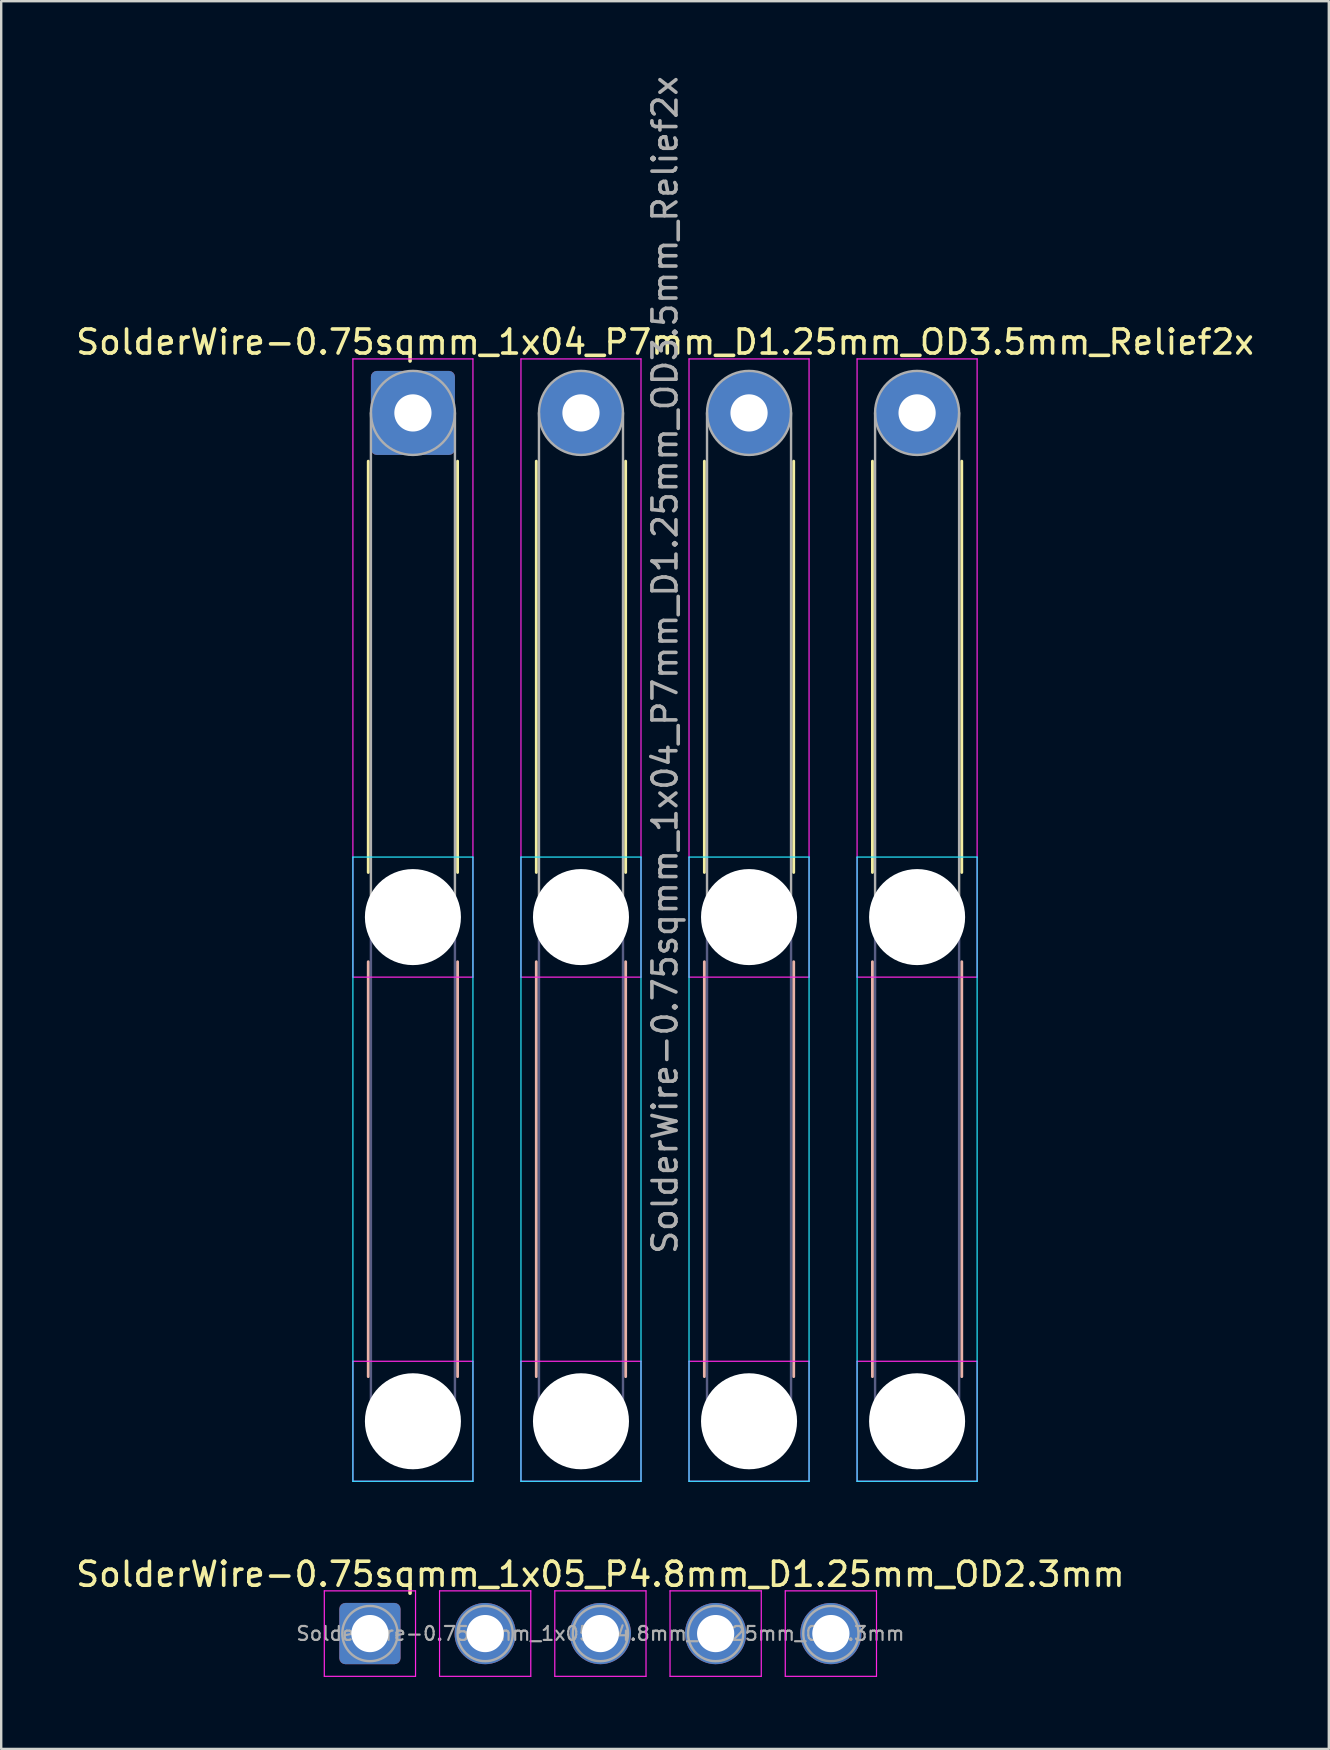
<source format=kicad_pcb>
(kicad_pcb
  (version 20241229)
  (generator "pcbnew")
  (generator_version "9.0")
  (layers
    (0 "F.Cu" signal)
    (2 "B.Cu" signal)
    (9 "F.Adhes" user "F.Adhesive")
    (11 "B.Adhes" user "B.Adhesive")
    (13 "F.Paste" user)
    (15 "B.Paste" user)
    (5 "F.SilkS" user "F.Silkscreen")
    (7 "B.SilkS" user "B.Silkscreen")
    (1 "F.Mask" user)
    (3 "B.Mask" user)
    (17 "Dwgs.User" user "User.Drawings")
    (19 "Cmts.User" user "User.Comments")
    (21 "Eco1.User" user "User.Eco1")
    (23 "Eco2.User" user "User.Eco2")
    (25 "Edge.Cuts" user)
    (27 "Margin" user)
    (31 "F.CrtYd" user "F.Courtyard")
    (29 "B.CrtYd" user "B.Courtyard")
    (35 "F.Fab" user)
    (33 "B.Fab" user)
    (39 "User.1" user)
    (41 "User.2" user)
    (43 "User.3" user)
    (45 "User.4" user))
  (footprint "SolderWire-0.75sqmm_1x05_P4.8mm_D1.25mm_OD2.3mm"
    (layer "F.Cu")
    (at 12.358 64.992)
    (property "Reference" "SolderWire-0.75sqmm_1x05_P4.8mm_D1.25mm_OD2.3mm" (at 9.6 -2.47 0) (layer "F.SilkS") (effects (font (size 1 1) (thickness 0.15))))
    (attr exclude_from_pos_files exclude_from_bom)
    (fp_line (start -1.9 -1.78) (end -1.9 1.78) (stroke (width 0.05) (type solid)) (layer "F.CrtYd"))
    (fp_line (start -1.9 1.78) (end 1.9 1.78) (stroke (width 0.05) (type solid)) (layer "F.CrtYd"))
    (fp_line (start 1.9 -1.78) (end -1.9 -1.78) (stroke (width 0.05) (type solid)) (layer "F.CrtYd"))
    (fp_line (start 1.9 1.78) (end 1.9 -1.78) (stroke (width 0.05) (type solid)) (layer "F.CrtYd"))
    (fp_line (start 2.9 -1.78) (end 2.9 1.78) (stroke (width 0.05) (type solid)) (layer "F.CrtYd"))
    (fp_line (start 2.9 1.78) (end 6.7 1.78) (stroke (width 0.05) (type solid)) (layer "F.CrtYd"))
    (fp_line (start 6.7 -1.78) (end 2.9 -1.78) (stroke (width 0.05) (type solid)) (layer "F.CrtYd"))
    (fp_line (start 6.7 1.78) (end 6.7 -1.78) (stroke (width 0.05) (type solid)) (layer "F.CrtYd"))
    (fp_line (start 7.7 -1.78) (end 7.7 1.78) (stroke (width 0.05) (type solid)) (layer "F.CrtYd"))
    (fp_line (start 7.7 1.78) (end 11.5 1.78) (stroke (width 0.05) (type solid)) (layer "F.CrtYd"))
    (fp_line (start 11.5 -1.78) (end 7.7 -1.78) (stroke (width 0.05) (type solid)) (layer "F.CrtYd"))
    (fp_line (start 11.5 1.78) (end 11.5 -1.78) (stroke (width 0.05) (type solid)) (layer "F.CrtYd"))
    (fp_line (start 12.5 -1.78) (end 12.5 1.78) (stroke (width 0.05) (type solid)) (layer "F.CrtYd"))
    (fp_line (start 12.5 1.78) (end 16.3 1.78) (stroke (width 0.05) (type solid)) (layer "F.CrtYd"))
    (fp_line (start 16.3 -1.78) (end 12.5 -1.78) (stroke (width 0.05) (type solid)) (layer "F.CrtYd"))
    (fp_line (start 16.3 1.78) (end 16.3 -1.78) (stroke (width 0.05) (type solid)) (layer "F.CrtYd"))
    (fp_line (start 17.3 -1.78) (end 17.3 1.78) (stroke (width 0.05) (type solid)) (layer "F.CrtYd"))
    (fp_line (start 17.3 1.78) (end 21.1 1.78) (stroke (width 0.05) (type solid)) (layer "F.CrtYd"))
    (fp_line (start 21.1 -1.78) (end 17.3 -1.78) (stroke (width 0.05) (type solid)) (layer "F.CrtYd"))
    (fp_line (start 21.1 1.78) (end 21.1 -1.78) (stroke (width 0.05) (type solid)) (layer "F.CrtYd"))
    (fp_circle (center 0 0) (end 1.15 0) (stroke (width 0.1) (type solid)) (fill no) (layer "F.Fab"))
    (fp_circle (center 4.8 0) (end 5.95 0) (stroke (width 0.1) (type solid)) (fill no) (layer "F.Fab"))
    (fp_circle (center 9.6 0) (end 10.75 0) (stroke (width 0.1) (type solid)) (fill no) (layer "F.Fab"))
    (fp_circle (center 14.4 0) (end 15.55 0) (stroke (width 0.1) (type solid)) (fill no) (layer "F.Fab"))
    (fp_circle (center 19.2 0) (end 20.35 0) (stroke (width 0.1) (type solid)) (fill no) (layer "F.Fab"))
    (fp_text user "${REFERENCE}" (at 9.6 0 0) (layer "F.Fab") (effects (font (size 0.58 0.58) (thickness 0.09))))
    (pad "1" thru_hole roundrect (at 0 0) (size 2.55 2.55) (drill 1.55) (layers "*.Cu" "*.Mask") (roundrect_rratio 0.098))
    (pad "2" thru_hole circle (at 4.8 0) (size 2.55 2.55) (drill 1.55) (layers "*.Cu" "*.Mask"))
    (pad "3" thru_hole circle (at 9.6 0) (size 2.55 2.55) (drill 1.55) (layers "*.Cu" "*.Mask"))
    (pad "4" thru_hole circle (at 14.4 0) (size 2.55 2.55) (drill 1.55) (layers "*.Cu" "*.Mask"))
    (pad "5" thru_hole circle (at 19.2 0) (size 2.55 2.55) (drill 1.55) (layers "*.Cu" "*.Mask")))
  (footprint "SolderWire-0.75sqmm_1x04_P7mm_D1.25mm_OD3.5mm_Relief2x"
    (layer "F.Cu")
    (at 14.149 14.149)
    (property "Reference" "SolderWire-0.75sqmm_1x04_P7mm_D1.25mm_OD3.5mm_Relief2x" (at 10.5 -2.95 0) (layer "F.SilkS") (effects (font (size 1 1) (thickness 0.15))))
    (attr exclude_from_pos_files exclude_from_bom)
    (fp_line (start -1.86 2.01) (end -1.86 19.14) (stroke (width 0.12) (type solid)) (layer "F.SilkS"))
    (fp_line (start 1.86 2.01) (end 1.86 19.14) (stroke (width 0.12) (type solid)) (layer "F.SilkS"))
    (fp_line (start 5.14 2.01) (end 5.14 19.14) (stroke (width 0.12) (type solid)) (layer "F.SilkS"))
    (fp_line (start 8.86 2.01) (end 8.86 19.14) (stroke (width 0.12) (type solid)) (layer "F.SilkS"))
    (fp_line (start 12.14 2.01) (end 12.14 19.14) (stroke (width 0.12) (type solid)) (layer "F.SilkS"))
    (fp_line (start 15.86 2.01) (end 15.86 19.14) (stroke (width 0.12) (type solid)) (layer "F.SilkS"))
    (fp_line (start 19.14 2.01) (end 19.14 19.14) (stroke (width 0.12) (type solid)) (layer "F.SilkS"))
    (fp_line (start 22.86 2.01) (end 22.86 19.14) (stroke (width 0.12) (type solid)) (layer "F.SilkS"))
    (fp_line (start -1.86 22.86) (end -1.86 40.14) (stroke (width 0.12) (type solid)) (layer "B.SilkS"))
    (fp_line (start 1.86 22.86) (end 1.86 40.14) (stroke (width 0.12) (type solid)) (layer "B.SilkS"))
    (fp_line (start 5.14 22.86) (end 5.14 40.14) (stroke (width 0.12) (type solid)) (layer "B.SilkS"))
    (fp_line (start 8.86 22.86) (end 8.86 40.14) (stroke (width 0.12) (type solid)) (layer "B.SilkS"))
    (fp_line (start 12.14 22.86) (end 12.14 40.14) (stroke (width 0.12) (type solid)) (layer "B.SilkS"))
    (fp_line (start 15.86 22.86) (end 15.86 40.14) (stroke (width 0.12) (type solid)) (layer "B.SilkS"))
    (fp_line (start 19.14 22.86) (end 19.14 40.14) (stroke (width 0.12) (type solid)) (layer "B.SilkS"))
    (fp_line (start 22.86 22.86) (end 22.86 40.14) (stroke (width 0.12) (type solid)) (layer "B.SilkS"))
    (fp_line (start -2.5 18.5) (end -2.5 44.5) (stroke (width 0.05) (type solid)) (layer "B.CrtYd"))
    (fp_line (start -2.5 44.5) (end 2.5 44.5) (stroke (width 0.05) (type solid)) (layer "B.CrtYd"))
    (fp_line (start 2.5 18.5) (end -2.5 18.5) (stroke (width 0.05) (type solid)) (layer "B.CrtYd"))
    (fp_line (start 2.5 44.5) (end 2.5 18.5) (stroke (width 0.05) (type solid)) (layer "B.CrtYd"))
    (fp_line (start 4.5 18.5) (end 4.5 44.5) (stroke (width 0.05) (type solid)) (layer "B.CrtYd"))
    (fp_line (start 4.5 44.5) (end 9.5 44.5) (stroke (width 0.05) (type solid)) (layer "B.CrtYd"))
    (fp_line (start 9.5 18.5) (end 4.5 18.5) (stroke (width 0.05) (type solid)) (layer "B.CrtYd"))
    (fp_line (start 9.5 44.5) (end 9.5 18.5) (stroke (width 0.05) (type solid)) (layer "B.CrtYd"))
    (fp_line (start 11.5 18.5) (end 11.5 44.5) (stroke (width 0.05) (type solid)) (layer "B.CrtYd"))
    (fp_line (start 11.5 44.5) (end 16.5 44.5) (stroke (width 0.05) (type solid)) (layer "B.CrtYd"))
    (fp_line (start 16.5 18.5) (end 11.5 18.5) (stroke (width 0.05) (type solid)) (layer "B.CrtYd"))
    (fp_line (start 16.5 44.5) (end 16.5 18.5) (stroke (width 0.05) (type solid)) (layer "B.CrtYd"))
    (fp_line (start 18.5 18.5) (end 18.5 44.5) (stroke (width 0.05) (type solid)) (layer "B.CrtYd"))
    (fp_line (start 18.5 44.5) (end 23.5 44.5) (stroke (width 0.05) (type solid)) (layer "B.CrtYd"))
    (fp_line (start 23.5 18.5) (end 18.5 18.5) (stroke (width 0.05) (type solid)) (layer "B.CrtYd"))
    (fp_line (start 23.5 44.5) (end 23.5 18.5) (stroke (width 0.05) (type solid)) (layer "B.CrtYd"))
    (fp_line (start -2.5 -2.25) (end -2.5 23.5) (stroke (width 0.05) (type solid)) (layer "F.CrtYd"))
    (fp_line (start -2.5 23.5) (end 2.5 23.5) (stroke (width 0.05) (type solid)) (layer "F.CrtYd"))
    (fp_line (start -2.5 39.5) (end -2.5 44.5) (stroke (width 0.05) (type solid)) (layer "F.CrtYd"))
    (fp_line (start -2.5 44.5) (end 2.5 44.5) (stroke (width 0.05) (type solid)) (layer "F.CrtYd"))
    (fp_line (start 2.5 -2.25) (end -2.5 -2.25) (stroke (width 0.05) (type solid)) (layer "F.CrtYd"))
    (fp_line (start 2.5 23.5) (end 2.5 -2.25) (stroke (width 0.05) (type solid)) (layer "F.CrtYd"))
    (fp_line (start 2.5 39.5) (end -2.5 39.5) (stroke (width 0.05) (type solid)) (layer "F.CrtYd"))
    (fp_line (start 2.5 44.5) (end 2.5 39.5) (stroke (width 0.05) (type solid)) (layer "F.CrtYd"))
    (fp_line (start 4.5 -2.25) (end 4.5 23.5) (stroke (width 0.05) (type solid)) (layer "F.CrtYd"))
    (fp_line (start 4.5 23.5) (end 9.5 23.5) (stroke (width 0.05) (type solid)) (layer "F.CrtYd"))
    (fp_line (start 4.5 39.5) (end 4.5 44.5) (stroke (width 0.05) (type solid)) (layer "F.CrtYd"))
    (fp_line (start 4.5 44.5) (end 9.5 44.5) (stroke (width 0.05) (type solid)) (layer "F.CrtYd"))
    (fp_line (start 9.5 -2.25) (end 4.5 -2.25) (stroke (width 0.05) (type solid)) (layer "F.CrtYd"))
    (fp_line (start 9.5 23.5) (end 9.5 -2.25) (stroke (width 0.05) (type solid)) (layer "F.CrtYd"))
    (fp_line (start 9.5 39.5) (end 4.5 39.5) (stroke (width 0.05) (type solid)) (layer "F.CrtYd"))
    (fp_line (start 9.5 44.5) (end 9.5 39.5) (stroke (width 0.05) (type solid)) (layer "F.CrtYd"))
    (fp_line (start 11.5 -2.25) (end 11.5 23.5) (stroke (width 0.05) (type solid)) (layer "F.CrtYd"))
    (fp_line (start 11.5 23.5) (end 16.5 23.5) (stroke (width 0.05) (type solid)) (layer "F.CrtYd"))
    (fp_line (start 11.5 39.5) (end 11.5 44.5) (stroke (width 0.05) (type solid)) (layer "F.CrtYd"))
    (fp_line (start 11.5 44.5) (end 16.5 44.5) (stroke (width 0.05) (type solid)) (layer "F.CrtYd"))
    (fp_line (start 16.5 -2.25) (end 11.5 -2.25) (stroke (width 0.05) (type solid)) (layer "F.CrtYd"))
    (fp_line (start 16.5 23.5) (end 16.5 -2.25) (stroke (width 0.05) (type solid)) (layer "F.CrtYd"))
    (fp_line (start 16.5 39.5) (end 11.5 39.5) (stroke (width 0.05) (type solid)) (layer "F.CrtYd"))
    (fp_line (start 16.5 44.5) (end 16.5 39.5) (stroke (width 0.05) (type solid)) (layer "F.CrtYd"))
    (fp_line (start 18.5 -2.25) (end 18.5 23.5) (stroke (width 0.05) (type solid)) (layer "F.CrtYd"))
    (fp_line (start 18.5 23.5) (end 23.5 23.5) (stroke (width 0.05) (type solid)) (layer "F.CrtYd"))
    (fp_line (start 18.5 39.5) (end 18.5 44.5) (stroke (width 0.05) (type solid)) (layer "F.CrtYd"))
    (fp_line (start 18.5 44.5) (end 23.5 44.5) (stroke (width 0.05) (type solid)) (layer "F.CrtYd"))
    (fp_line (start 23.5 -2.25) (end 18.5 -2.25) (stroke (width 0.05) (type solid)) (layer "F.CrtYd"))
    (fp_line (start 23.5 23.5) (end 23.5 -2.25) (stroke (width 0.05) (type solid)) (layer "F.CrtYd"))
    (fp_line (start 23.5 39.5) (end 18.5 39.5) (stroke (width 0.05) (type solid)) (layer "F.CrtYd"))
    (fp_line (start 23.5 44.5) (end 23.5 39.5) (stroke (width 0.05) (type solid)) (layer "F.CrtYd"))
    (fp_line (start -1.75 21) (end -1.75 42) (stroke (width 0.1) (type solid)) (layer "B.Fab"))
    (fp_line (start 1.75 21) (end 1.75 42) (stroke (width 0.1) (type solid)) (layer "B.Fab"))
    (fp_line (start 5.25 21) (end 5.25 42) (stroke (width 0.1) (type solid)) (layer "B.Fab"))
    (fp_line (start 8.75 21) (end 8.75 42) (stroke (width 0.1) (type solid)) (layer "B.Fab"))
    (fp_line (start 12.25 21) (end 12.25 42) (stroke (width 0.1) (type solid)) (layer "B.Fab"))
    (fp_line (start 15.75 21) (end 15.75 42) (stroke (width 0.1) (type solid)) (layer "B.Fab"))
    (fp_line (start 19.25 21) (end 19.25 42) (stroke (width 0.1) (type solid)) (layer "B.Fab"))
    (fp_line (start 22.75 21) (end 22.75 42) (stroke (width 0.1) (type solid)) (layer "B.Fab"))
    (fp_circle (center 0 21) (end 1.75 21) (stroke (width 0.1) (type solid)) (fill no) (layer "B.Fab"))
    (fp_circle (center 0 42) (end 1.75 42) (stroke (width 0.1) (type solid)) (fill no) (layer "B.Fab"))
    (fp_circle (center 7 21) (end 8.75 21) (stroke (width 0.1) (type solid)) (fill no) (layer "B.Fab"))
    (fp_circle (center 7 42) (end 8.75 42) (stroke (width 0.1) (type solid)) (fill no) (layer "B.Fab"))
    (fp_circle (center 14 21) (end 15.75 21) (stroke (width 0.1) (type solid)) (fill no) (layer "B.Fab"))
    (fp_circle (center 14 42) (end 15.75 42) (stroke (width 0.1) (type solid)) (fill no) (layer "B.Fab"))
    (fp_circle (center 21 21) (end 22.75 21) (stroke (width 0.1) (type solid)) (fill no) (layer "B.Fab"))
    (fp_circle (center 21 42) (end 22.75 42) (stroke (width 0.1) (type solid)) (fill no) (layer "B.Fab"))
    (fp_line (start -1.75 0) (end -1.75 21) (stroke (width 0.1) (type solid)) (layer "F.Fab"))
    (fp_line (start 1.75 0) (end 1.75 21) (stroke (width 0.1) (type solid)) (layer "F.Fab"))
    (fp_line (start 5.25 0) (end 5.25 21) (stroke (width 0.1) (type solid)) (layer "F.Fab"))
    (fp_line (start 8.75 0) (end 8.75 21) (stroke (width 0.1) (type solid)) (layer "F.Fab"))
    (fp_line (start 12.25 0) (end 12.25 21) (stroke (width 0.1) (type solid)) (layer "F.Fab"))
    (fp_line (start 15.75 0) (end 15.75 21) (stroke (width 0.1) (type solid)) (layer "F.Fab"))
    (fp_line (start 19.25 0) (end 19.25 21) (stroke (width 0.1) (type solid)) (layer "F.Fab"))
    (fp_line (start 22.75 0) (end 22.75 21) (stroke (width 0.1) (type solid)) (layer "F.Fab"))
    (fp_circle (center 0 0) (end 1.75 0) (stroke (width 0.1) (type solid)) (fill no) (layer "F.Fab"))
    (fp_circle (center 0 21) (end 1.75 21) (stroke (width 0.1) (type solid)) (fill no) (layer "F.Fab"))
    (fp_circle (center 0 42) (end 1.75 42) (stroke (width 0.1) (type solid)) (fill no) (layer "F.Fab"))
    (fp_circle (center 7 0) (end 8.75 0) (stroke (width 0.1) (type solid)) (fill no) (layer "F.Fab"))
    (fp_circle (center 7 21) (end 8.75 21) (stroke (width 0.1) (type solid)) (fill no) (layer "F.Fab"))
    (fp_circle (center 7 42) (end 8.75 42) (stroke (width 0.1) (type solid)) (fill no) (layer "F.Fab"))
    (fp_circle (center 14 0) (end 15.75 0) (stroke (width 0.1) (type solid)) (fill no) (layer "F.Fab"))
    (fp_circle (center 14 21) (end 15.75 21) (stroke (width 0.1) (type solid)) (fill no) (layer "F.Fab"))
    (fp_circle (center 14 42) (end 15.75 42) (stroke (width 0.1) (type solid)) (fill no) (layer "F.Fab"))
    (fp_circle (center 21 0) (end 22.75 0) (stroke (width 0.1) (type solid)) (fill no) (layer "F.Fab"))
    (fp_circle (center 21 21) (end 22.75 21) (stroke (width 0.1) (type solid)) (fill no) (layer "F.Fab"))
    (fp_circle (center 21 42) (end 22.75 42) (stroke (width 0.1) (type solid)) (fill no) (layer "F.Fab"))
    (fp_text user "${REFERENCE}" (at 10.5 10.5 90) (layer "F.Fab") (effects (font (size 1 1) (thickness 0.15))))
    (pad "" np_thru_hole circle (at 0 21) (size 4 4) (drill 4) (layers "*.Cu" "*.Mask"))
    (pad "" np_thru_hole circle (at 0 42) (size 4 4) (drill 4) (layers "*.Cu" "*.Mask"))
    (pad "" np_thru_hole circle (at 7 21) (size 4 4) (drill 4) (layers "*.Cu" "*.Mask"))
    (pad "" np_thru_hole circle (at 7 42) (size 4 4) (drill 4) (layers "*.Cu" "*.Mask"))
    (pad "" np_thru_hole circle (at 14 21) (size 4 4) (drill 4) (layers "*.Cu" "*.Mask"))
    (pad "" np_thru_hole circle (at 14 42) (size 4 4) (drill 4) (layers "*.Cu" "*.Mask"))
    (pad "" np_thru_hole circle (at 21 21) (size 4 4) (drill 4) (layers "*.Cu" "*.Mask"))
    (pad "" np_thru_hole circle (at 21 42) (size 4 4) (drill 4) (layers "*.Cu" "*.Mask"))
    (pad "1" thru_hole roundrect (at 0 0) (size 3.5 3.5) (drill 1.55) (layers "*.Cu" "*.Mask") (roundrect_rratio 0.071))
    (pad "2" thru_hole circle (at 7 0) (size 3.5 3.5) (drill 1.55) (layers "*.Cu" "*.Mask"))
    (pad "3" thru_hole circle (at 14 0) (size 3.5 3.5) (drill 1.55) (layers "*.Cu" "*.Mask"))
    (pad "4" thru_hole circle (at 21 0) (size 3.5 3.5) (drill 1.55) (layers "*.Cu" "*.Mask")))
  (gr_rect
    (start -3 -3)
    (end 52.298 69.797)
    (stroke (width 0.1) (type default))
    (fill no)
    (layer "Edge.Cuts")))
</source>
